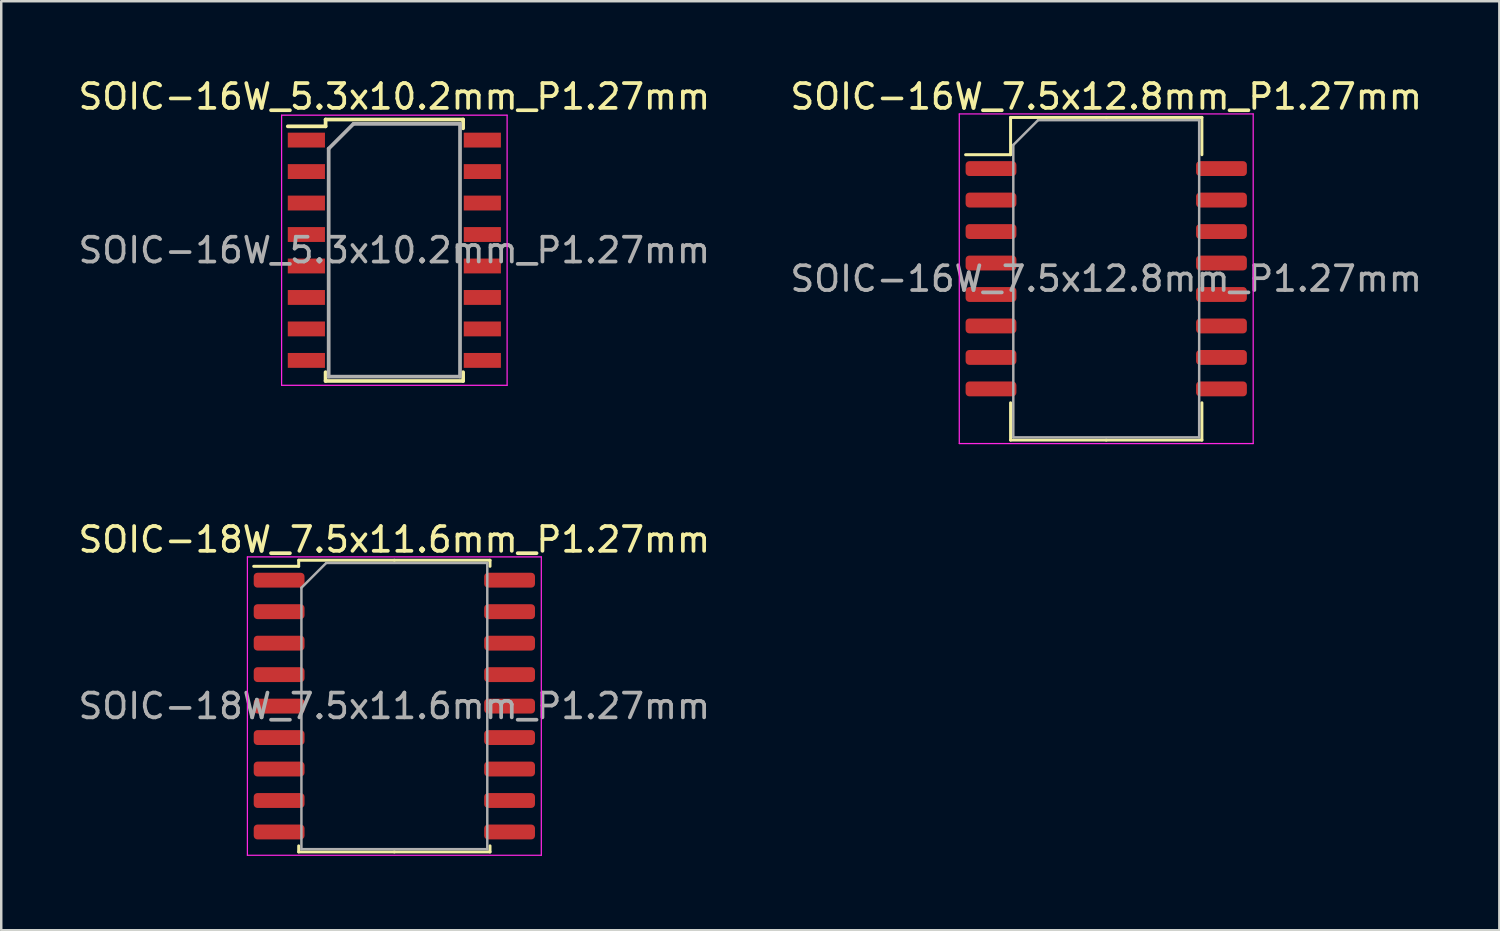
<source format=kicad_pcb>
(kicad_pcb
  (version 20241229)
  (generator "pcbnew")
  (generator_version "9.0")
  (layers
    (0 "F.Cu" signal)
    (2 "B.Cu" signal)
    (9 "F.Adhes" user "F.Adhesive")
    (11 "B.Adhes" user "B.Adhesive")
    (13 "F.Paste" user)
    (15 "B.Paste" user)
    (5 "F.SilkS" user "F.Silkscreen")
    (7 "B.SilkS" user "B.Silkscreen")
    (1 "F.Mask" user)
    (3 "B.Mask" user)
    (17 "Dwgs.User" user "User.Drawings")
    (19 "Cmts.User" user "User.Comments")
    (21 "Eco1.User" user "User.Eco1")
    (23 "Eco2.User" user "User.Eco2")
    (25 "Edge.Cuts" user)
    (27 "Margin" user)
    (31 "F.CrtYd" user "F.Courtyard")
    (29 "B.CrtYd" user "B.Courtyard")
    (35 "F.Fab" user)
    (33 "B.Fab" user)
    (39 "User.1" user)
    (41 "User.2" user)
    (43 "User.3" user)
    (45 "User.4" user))
  (footprint "SOIC-16W_7.5x12.8mm_P1.27mm"
    (layer "F.Cu")
    (at 41.589 8.198)
    (property "Reference" "SOIC-16W_7.5x12.8mm_P1.27mm" (at 0 -7.35 0) (layer "F.SilkS") (effects (font (size 1 1) (thickness 0.15))))
    (attr smd)
    (fp_line (start -3.86 -6.51) (end -3.86 -5.005) (stroke (width 0.12) (type solid)) (layer "F.SilkS"))
    (fp_line (start -3.86 -5.005) (end -5.675 -5.005) (stroke (width 0.12) (type solid)) (layer "F.SilkS"))
    (fp_line (start -3.86 6.51) (end -3.86 5.005) (stroke (width 0.12) (type solid)) (layer "F.SilkS"))
    (fp_line (start 0 -6.51) (end -3.86 -6.51) (stroke (width 0.12) (type solid)) (layer "F.SilkS"))
    (fp_line (start 0 -6.51) (end 3.86 -6.51) (stroke (width 0.12) (type solid)) (layer "F.SilkS"))
    (fp_line (start 0 6.51) (end -3.86 6.51) (stroke (width 0.12) (type solid)) (layer "F.SilkS"))
    (fp_line (start 0 6.51) (end 3.86 6.51) (stroke (width 0.12) (type solid)) (layer "F.SilkS"))
    (fp_line (start 3.86 -6.51) (end 3.86 -5.005) (stroke (width 0.12) (type solid)) (layer "F.SilkS"))
    (fp_line (start 3.86 6.51) (end 3.86 5.005) (stroke (width 0.12) (type solid)) (layer "F.SilkS"))
    (fp_line (start -5.93 -6.65) (end -5.93 6.65) (stroke (width 0.05) (type solid)) (layer "F.CrtYd"))
    (fp_line (start -5.93 6.65) (end 5.93 6.65) (stroke (width 0.05) (type solid)) (layer "F.CrtYd"))
    (fp_line (start 5.93 -6.65) (end -5.93 -6.65) (stroke (width 0.05) (type solid)) (layer "F.CrtYd"))
    (fp_line (start 5.93 6.65) (end 5.93 -6.65) (stroke (width 0.05) (type solid)) (layer "F.CrtYd"))
    (fp_line (start -3.75 -5.4) (end -2.75 -6.4) (stroke (width 0.1) (type solid)) (layer "F.Fab"))
    (fp_line (start -3.75 6.4) (end -3.75 -5.4) (stroke (width 0.1) (type solid)) (layer "F.Fab"))
    (fp_line (start -2.75 -6.4) (end 3.75 -6.4) (stroke (width 0.1) (type solid)) (layer "F.Fab"))
    (fp_line (start 3.75 -6.4) (end 3.75 6.4) (stroke (width 0.1) (type solid)) (layer "F.Fab"))
    (fp_line (start 3.75 6.4) (end -3.75 6.4) (stroke (width 0.1) (type solid)) (layer "F.Fab"))
    (fp_text user "${REFERENCE}" (at 0 0 0) (layer "F.Fab") (effects (font (size 1 1) (thickness 0.15))))
    (pad "1" smd roundrect (at -4.65 -4.445) (size 2.05 0.6) (layers "F.Cu" "F.Mask" "F.Paste") (roundrect_rratio 0.25))
    (pad "2" smd roundrect (at -4.65 -3.175) (size 2.05 0.6) (layers "F.Cu" "F.Mask" "F.Paste") (roundrect_rratio 0.25))
    (pad "3" smd roundrect (at -4.65 -1.905) (size 2.05 0.6) (layers "F.Cu" "F.Mask" "F.Paste") (roundrect_rratio 0.25))
    (pad "4" smd roundrect (at -4.65 -0.635) (size 2.05 0.6) (layers "F.Cu" "F.Mask" "F.Paste") (roundrect_rratio 0.25))
    (pad "5" smd roundrect (at -4.65 0.635) (size 2.05 0.6) (layers "F.Cu" "F.Mask" "F.Paste") (roundrect_rratio 0.25))
    (pad "6" smd roundrect (at -4.65 1.905) (size 2.05 0.6) (layers "F.Cu" "F.Mask" "F.Paste") (roundrect_rratio 0.25))
    (pad "7" smd roundrect (at -4.65 3.175) (size 2.05 0.6) (layers "F.Cu" "F.Mask" "F.Paste") (roundrect_rratio 0.25))
    (pad "8" smd roundrect (at -4.65 4.445) (size 2.05 0.6) (layers "F.Cu" "F.Mask" "F.Paste") (roundrect_rratio 0.25))
    (pad "9" smd roundrect (at 4.65 4.445) (size 2.05 0.6) (layers "F.Cu" "F.Mask" "F.Paste") (roundrect_rratio 0.25))
    (pad "10" smd roundrect (at 4.65 3.175) (size 2.05 0.6) (layers "F.Cu" "F.Mask" "F.Paste") (roundrect_rratio 0.25))
    (pad "11" smd roundrect (at 4.65 1.905) (size 2.05 0.6) (layers "F.Cu" "F.Mask" "F.Paste") (roundrect_rratio 0.25))
    (pad "12" smd roundrect (at 4.65 0.635) (size 2.05 0.6) (layers "F.Cu" "F.Mask" "F.Paste") (roundrect_rratio 0.25))
    (pad "13" smd roundrect (at 4.65 -0.635) (size 2.05 0.6) (layers "F.Cu" "F.Mask" "F.Paste") (roundrect_rratio 0.25))
    (pad "14" smd roundrect (at 4.65 -1.905) (size 2.05 0.6) (layers "F.Cu" "F.Mask" "F.Paste") (roundrect_rratio 0.25))
    (pad "15" smd roundrect (at 4.65 -3.175) (size 2.05 0.6) (layers "F.Cu" "F.Mask" "F.Paste") (roundrect_rratio 0.25))
    (pad "16" smd roundrect (at 4.65 -4.445) (size 2.05 0.6) (layers "F.Cu" "F.Mask" "F.Paste") (roundrect_rratio 0.25)))
  (footprint "SOIC-16W_5.3x10.2mm_P1.27mm"
    (layer "F.Cu")
    (at 12.863 7.048)
    (property "Reference" "SOIC-16W_5.3x10.2mm_P1.27mm" (at 0 -6.2 0) (layer "F.SilkS") (effects (font (size 1 1) (thickness 0.15))))
    (attr smd)
    (fp_line (start -2.775 -5.275) (end -2.775 -5) (stroke (width 0.15) (type solid)) (layer "F.SilkS"))
    (fp_line (start -2.775 -5.275) (end 2.775 -5.275) (stroke (width 0.15) (type solid)) (layer "F.SilkS"))
    (fp_line (start -2.775 -5) (end -4.3 -5) (stroke (width 0.15) (type solid)) (layer "F.SilkS"))
    (fp_line (start -2.775 5.275) (end -2.775 4.92) (stroke (width 0.15) (type solid)) (layer "F.SilkS"))
    (fp_line (start -2.775 5.275) (end 2.775 5.275) (stroke (width 0.15) (type solid)) (layer "F.SilkS"))
    (fp_line (start 2.775 -5.275) (end 2.775 -4.92) (stroke (width 0.15) (type solid)) (layer "F.SilkS"))
    (fp_line (start 2.775 5.275) (end 2.775 4.92) (stroke (width 0.15) (type solid)) (layer "F.SilkS"))
    (fp_line (start -4.55 -5.45) (end -4.55 5.45) (stroke (width 0.05) (type solid)) (layer "F.CrtYd"))
    (fp_line (start -4.55 -5.45) (end 4.55 -5.45) (stroke (width 0.05) (type solid)) (layer "F.CrtYd"))
    (fp_line (start -4.55 5.45) (end 4.55 5.45) (stroke (width 0.05) (type solid)) (layer "F.CrtYd"))
    (fp_line (start 4.55 -5.45) (end 4.55 5.45) (stroke (width 0.05) (type solid)) (layer "F.CrtYd"))
    (fp_line (start -2.65 -4.1) (end -1.65 -5.1) (stroke (width 0.15) (type solid)) (layer "F.Fab"))
    (fp_line (start -2.65 5.1) (end -2.65 -4.1) (stroke (width 0.15) (type solid)) (layer "F.Fab"))
    (fp_line (start -1.65 -5.1) (end 2.65 -5.1) (stroke (width 0.15) (type solid)) (layer "F.Fab"))
    (fp_line (start 2.65 -5.1) (end 2.65 5.1) (stroke (width 0.15) (type solid)) (layer "F.Fab"))
    (fp_line (start 2.65 5.1) (end -2.65 5.1) (stroke (width 0.15) (type solid)) (layer "F.Fab"))
    (fp_text user "${REFERENCE}" (at 0 0 0) (layer "F.Fab") (effects (font (size 1 1) (thickness 0.15))))
    (pad "1" smd rect (at -3.55 -4.445) (size 1.5 0.6) (layers "F.Cu" "F.Mask" "F.Paste"))
    (pad "2" smd rect (at -3.55 -3.175) (size 1.5 0.6) (layers "F.Cu" "F.Mask" "F.Paste"))
    (pad "3" smd rect (at -3.55 -1.905) (size 1.5 0.6) (layers "F.Cu" "F.Mask" "F.Paste"))
    (pad "4" smd rect (at -3.55 -0.635) (size 1.5 0.6) (layers "F.Cu" "F.Mask" "F.Paste"))
    (pad "5" smd rect (at -3.55 0.635) (size 1.5 0.6) (layers "F.Cu" "F.Mask" "F.Paste"))
    (pad "6" smd rect (at -3.55 1.905) (size 1.5 0.6) (layers "F.Cu" "F.Mask" "F.Paste"))
    (pad "7" smd rect (at -3.55 3.175) (size 1.5 0.6) (layers "F.Cu" "F.Mask" "F.Paste"))
    (pad "8" smd rect (at -3.55 4.445) (size 1.5 0.6) (layers "F.Cu" "F.Mask" "F.Paste"))
    (pad "9" smd rect (at 3.55 4.445) (size 1.5 0.6) (layers "F.Cu" "F.Mask" "F.Paste"))
    (pad "10" smd rect (at 3.55 3.175) (size 1.5 0.6) (layers "F.Cu" "F.Mask" "F.Paste"))
    (pad "11" smd rect (at 3.55 1.905) (size 1.5 0.6) (layers "F.Cu" "F.Mask" "F.Paste"))
    (pad "12" smd rect (at 3.55 0.635) (size 1.5 0.6) (layers "F.Cu" "F.Mask" "F.Paste"))
    (pad "13" smd rect (at 3.55 -0.635) (size 1.5 0.6) (layers "F.Cu" "F.Mask" "F.Paste"))
    (pad "14" smd rect (at 3.55 -1.905) (size 1.5 0.6) (layers "F.Cu" "F.Mask" "F.Paste"))
    (pad "15" smd rect (at 3.55 -3.175) (size 1.5 0.6) (layers "F.Cu" "F.Mask" "F.Paste"))
    (pad "16" smd rect (at 3.55 -4.445) (size 1.5 0.6) (layers "F.Cu" "F.Mask" "F.Paste")))
  (footprint "SOIC-18W_7.5x11.6mm_P1.27mm"
    (layer "F.Cu")
    (at 12.863 25.442)
    (property "Reference" "SOIC-18W_7.5x11.6mm_P1.27mm" (at 0 -6.72 0) (layer "F.SilkS") (effects (font (size 1 1) (thickness 0.15))))
    (attr smd)
    (fp_line (start -3.86 -5.885) (end -3.86 -5.64) (stroke (width 0.12) (type solid)) (layer "F.SilkS"))
    (fp_line (start -3.86 -5.64) (end -5.675 -5.64) (stroke (width 0.12) (type solid)) (layer "F.SilkS"))
    (fp_line (start -3.86 5.885) (end -3.86 5.64) (stroke (width 0.12) (type solid)) (layer "F.SilkS"))
    (fp_line (start 0 -5.885) (end -3.86 -5.885) (stroke (width 0.12) (type solid)) (layer "F.SilkS"))
    (fp_line (start 0 -5.885) (end 3.86 -5.885) (stroke (width 0.12) (type solid)) (layer "F.SilkS"))
    (fp_line (start 0 5.885) (end -3.86 5.885) (stroke (width 0.12) (type solid)) (layer "F.SilkS"))
    (fp_line (start 0 5.885) (end 3.86 5.885) (stroke (width 0.12) (type solid)) (layer "F.SilkS"))
    (fp_line (start 3.86 -5.885) (end 3.86 -5.64) (stroke (width 0.12) (type solid)) (layer "F.SilkS"))
    (fp_line (start 3.86 5.885) (end 3.86 5.64) (stroke (width 0.12) (type solid)) (layer "F.SilkS"))
    (fp_line (start -5.93 -6.02) (end -5.93 6.02) (stroke (width 0.05) (type solid)) (layer "F.CrtYd"))
    (fp_line (start -5.93 6.02) (end 5.93 6.02) (stroke (width 0.05) (type solid)) (layer "F.CrtYd"))
    (fp_line (start 5.93 -6.02) (end -5.93 -6.02) (stroke (width 0.05) (type solid)) (layer "F.CrtYd"))
    (fp_line (start 5.93 6.02) (end 5.93 -6.02) (stroke (width 0.05) (type solid)) (layer "F.CrtYd"))
    (fp_line (start -3.75 -4.775) (end -2.75 -5.775) (stroke (width 0.1) (type solid)) (layer "F.Fab"))
    (fp_line (start -3.75 5.775) (end -3.75 -4.775) (stroke (width 0.1) (type solid)) (layer "F.Fab"))
    (fp_line (start -2.75 -5.775) (end 3.75 -5.775) (stroke (width 0.1) (type solid)) (layer "F.Fab"))
    (fp_line (start 3.75 -5.775) (end 3.75 5.775) (stroke (width 0.1) (type solid)) (layer "F.Fab"))
    (fp_line (start 3.75 5.775) (end -3.75 5.775) (stroke (width 0.1) (type solid)) (layer "F.Fab"))
    (fp_text user "${REFERENCE}" (at 0 0 0) (layer "F.Fab") (effects (font (size 1 1) (thickness 0.15))))
    (pad "1" smd roundrect (at -4.65 -5.08) (size 2.05 0.6) (layers "F.Cu" "F.Mask" "F.Paste") (roundrect_rratio 0.25))
    (pad "2" smd roundrect (at -4.65 -3.81) (size 2.05 0.6) (layers "F.Cu" "F.Mask" "F.Paste") (roundrect_rratio 0.25))
    (pad "3" smd roundrect (at -4.65 -2.54) (size 2.05 0.6) (layers "F.Cu" "F.Mask" "F.Paste") (roundrect_rratio 0.25))
    (pad "4" smd roundrect (at -4.65 -1.27) (size 2.05 0.6) (layers "F.Cu" "F.Mask" "F.Paste") (roundrect_rratio 0.25))
    (pad "5" smd roundrect (at -4.65 0) (size 2.05 0.6) (layers "F.Cu" "F.Mask" "F.Paste") (roundrect_rratio 0.25))
    (pad "6" smd roundrect (at -4.65 1.27) (size 2.05 0.6) (layers "F.Cu" "F.Mask" "F.Paste") (roundrect_rratio 0.25))
    (pad "7" smd roundrect (at -4.65 2.54) (size 2.05 0.6) (layers "F.Cu" "F.Mask" "F.Paste") (roundrect_rratio 0.25))
    (pad "8" smd roundrect (at -4.65 3.81) (size 2.05 0.6) (layers "F.Cu" "F.Mask" "F.Paste") (roundrect_rratio 0.25))
    (pad "9" smd roundrect (at -4.65 5.08) (size 2.05 0.6) (layers "F.Cu" "F.Mask" "F.Paste") (roundrect_rratio 0.25))
    (pad "10" smd roundrect (at 4.65 5.08) (size 2.05 0.6) (layers "F.Cu" "F.Mask" "F.Paste") (roundrect_rratio 0.25))
    (pad "11" smd roundrect (at 4.65 3.81) (size 2.05 0.6) (layers "F.Cu" "F.Mask" "F.Paste") (roundrect_rratio 0.25))
    (pad "12" smd roundrect (at 4.65 2.54) (size 2.05 0.6) (layers "F.Cu" "F.Mask" "F.Paste") (roundrect_rratio 0.25))
    (pad "13" smd roundrect (at 4.65 1.27) (size 2.05 0.6) (layers "F.Cu" "F.Mask" "F.Paste") (roundrect_rratio 0.25))
    (pad "14" smd roundrect (at 4.65 0) (size 2.05 0.6) (layers "F.Cu" "F.Mask" "F.Paste") (roundrect_rratio 0.25))
    (pad "15" smd roundrect (at 4.65 -1.27) (size 2.05 0.6) (layers "F.Cu" "F.Mask" "F.Paste") (roundrect_rratio 0.25))
    (pad "16" smd roundrect (at 4.65 -2.54) (size 2.05 0.6) (layers "F.Cu" "F.Mask" "F.Paste") (roundrect_rratio 0.25))
    (pad "17" smd roundrect (at 4.65 -3.81) (size 2.05 0.6) (layers "F.Cu" "F.Mask" "F.Paste") (roundrect_rratio 0.25))
    (pad "18" smd roundrect (at 4.65 -5.08) (size 2.05 0.6) (layers "F.Cu" "F.Mask" "F.Paste") (roundrect_rratio 0.25)))
  (gr_rect
    (start -3 -3)
    (end 57.452 34.486)
    (stroke (width 0.1) (type default))
    (fill no)
    (layer "Edge.Cuts")))
</source>
